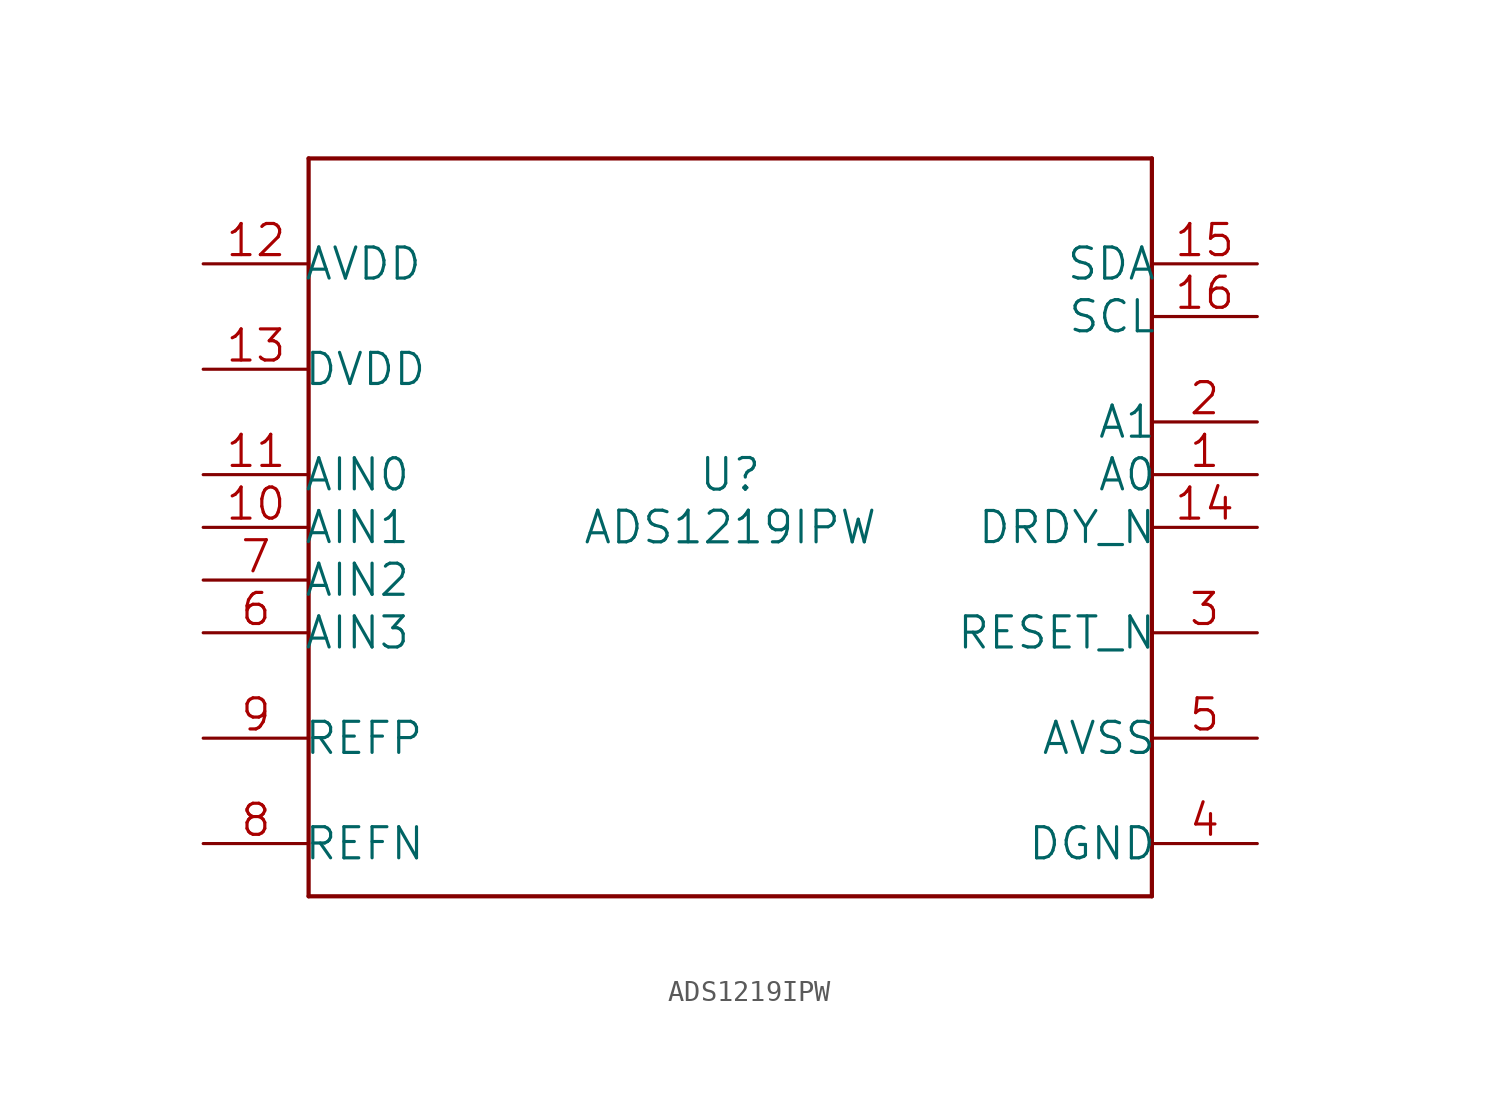
<source format=kicad_sym>
(kicad_symbol_lib
  (version 20211014)
  (generator kicad_symbol_editor)
  (symbol "ADS1219IPW"
    (pin_names
      (offset -0.254))
    (property "Reference" "U"
      (at 0 2.54 0)
      (effects (font (size 1.524 1.524))))
    (property "Value" "ADS1219IPW"
      (at 0 0 0)
      (effects (font (size 1.524 1.524))))
    (property "Datasheet" ""
      (at 0 0 0)
      (effects (font (size 1.524 1.524))))
    (symbol "ADS1219IPW_1_1"
      (polyline (pts (xy -20.32 -17.78) (xy 20.32 -17.78)) (stroke (width 0.203) (type default) (color 0 0 0 0)) (fill (type none)))
      (polyline (pts (xy -20.32 17.78) (xy -20.32 -17.78)) (stroke (width 0.203) (type default) (color 0 0 0 0)) (fill (type none)))
      (polyline (pts (xy 20.32 -17.78) (xy 20.32 17.78)) (stroke (width 0.203) (type default) (color 0 0 0 0)) (fill (type none)))
      (polyline (pts (xy 20.32 17.78) (xy -20.32 17.78)) (stroke (width 0.203) (type default) (color 0 0 0 0)) (fill (type none)))
      (pin input line (at 25.4 2.54 180) (length 5.08) (name "A0" (effects (font (size 1.499 1.499)))) (number "1" (effects (font (size 1.499 1.499)))))
      (pin input line (at -25.4 0 0) (length 5.08) (name "AIN1" (effects (font (size 1.499 1.499)))) (number "10" (effects (font (size 1.499 1.499)))))
      (pin input line (at -25.4 2.54 0) (length 5.08) (name "AIN0" (effects (font (size 1.499 1.499)))) (number "11" (effects (font (size 1.499 1.499)))))
      (pin power_in line (at -25.4 12.7 0) (length 5.08) (name "AVDD" (effects (font (size 1.499 1.499)))) (number "12" (effects (font (size 1.499 1.499)))))
      (pin power_in line (at -25.4 7.62 0) (length 5.08) (name "DVDD" (effects (font (size 1.499 1.499)))) (number "13" (effects (font (size 1.499 1.499)))))
      (pin output line (at 25.4 0 180) (length 5.08) (name "DRDY_N" (effects (font (size 1.499 1.499)))) (number "14" (effects (font (size 1.499 1.499)))))
      (pin bidirectional line (at 25.4 12.7 180) (length 5.08) (name "SDA" (effects (font (size 1.499 1.499)))) (number "15" (effects (font (size 1.499 1.499)))))
      (pin input line (at 25.4 10.16 180) (length 5.08) (name "SCL" (effects (font (size 1.499 1.499)))) (number "16" (effects (font (size 1.499 1.499)))))
      (pin input line (at 25.4 5.08 180) (length 5.08) (name "A1" (effects (font (size 1.499 1.499)))) (number "2" (effects (font (size 1.499 1.499)))))
      (pin input line (at 25.4 -5.08 180) (length 5.08) (name "RESET_N" (effects (font (size 1.499 1.499)))) (number "3" (effects (font (size 1.499 1.499)))))
      (pin power_in line (at 25.4 -15.24 180) (length 5.08) (name "DGND" (effects (font (size 1.499 1.499)))) (number "4" (effects (font (size 1.499 1.499)))))
      (pin power_in line (at 25.4 -10.16 180) (length 5.08) (name "AVSS" (effects (font (size 1.499 1.499)))) (number "5" (effects (font (size 1.499 1.499)))))
      (pin input line (at -25.4 -5.08 0) (length 5.08) (name "AIN3" (effects (font (size 1.499 1.499)))) (number "6" (effects (font (size 1.499 1.499)))))
      (pin input line (at -25.4 -2.54 0) (length 5.08) (name "AIN2" (effects (font (size 1.499 1.499)))) (number "7" (effects (font (size 1.499 1.499)))))
      (pin input line (at -25.4 -15.24 0) (length 5.08) (name "REFN" (effects (font (size 1.499 1.499)))) (number "8" (effects (font (size 1.499 1.499)))))
      (pin input line (at -25.4 -10.16 0) (length 5.08) (name "REFP" (effects (font (size 1.499 1.499)))) (number "9" (effects (font (size 1.499 1.499))))))))
</source>
